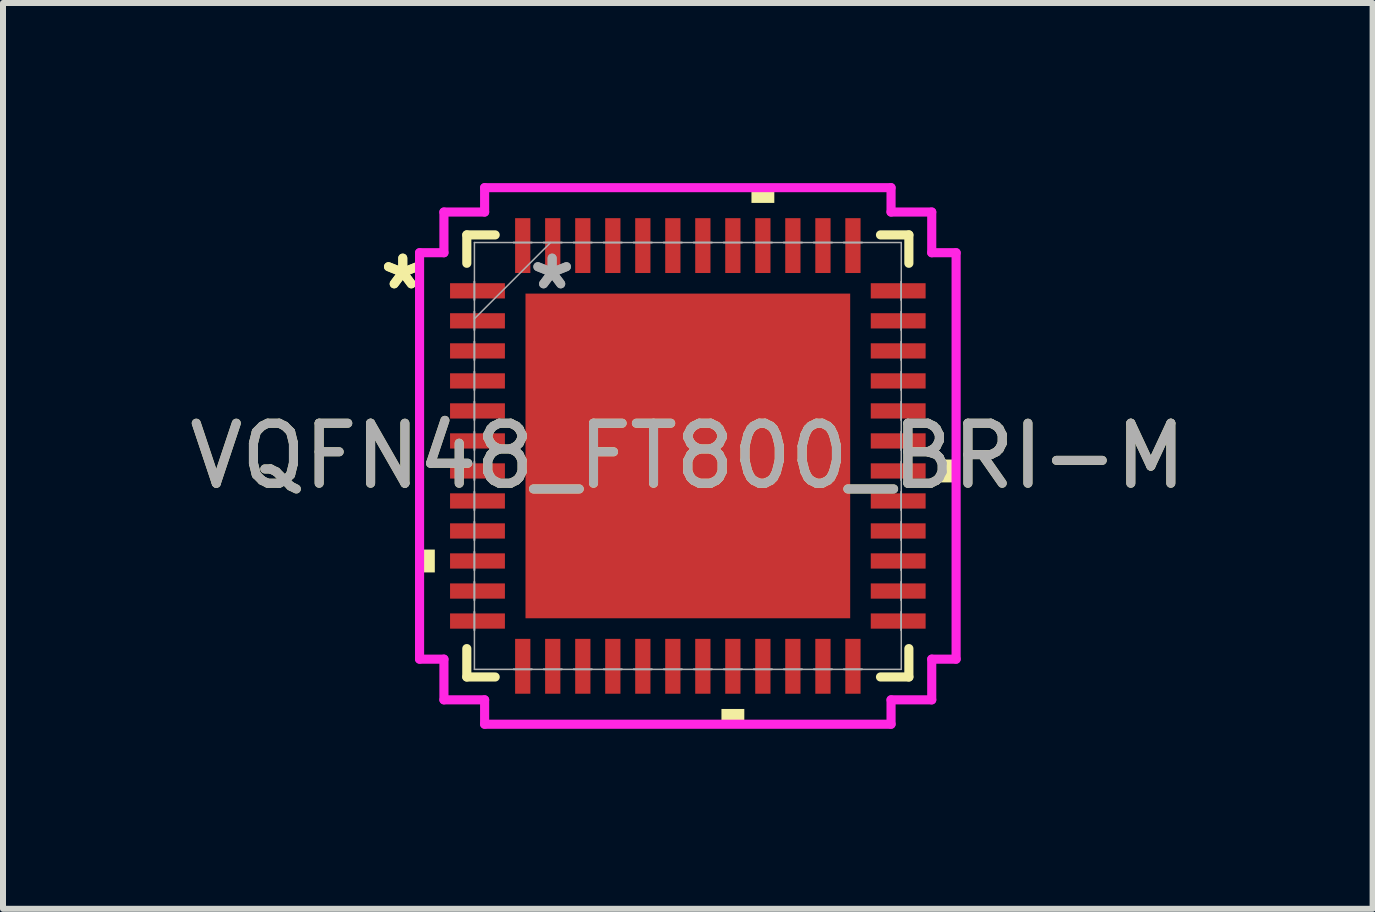
<source format=kicad_pcb>
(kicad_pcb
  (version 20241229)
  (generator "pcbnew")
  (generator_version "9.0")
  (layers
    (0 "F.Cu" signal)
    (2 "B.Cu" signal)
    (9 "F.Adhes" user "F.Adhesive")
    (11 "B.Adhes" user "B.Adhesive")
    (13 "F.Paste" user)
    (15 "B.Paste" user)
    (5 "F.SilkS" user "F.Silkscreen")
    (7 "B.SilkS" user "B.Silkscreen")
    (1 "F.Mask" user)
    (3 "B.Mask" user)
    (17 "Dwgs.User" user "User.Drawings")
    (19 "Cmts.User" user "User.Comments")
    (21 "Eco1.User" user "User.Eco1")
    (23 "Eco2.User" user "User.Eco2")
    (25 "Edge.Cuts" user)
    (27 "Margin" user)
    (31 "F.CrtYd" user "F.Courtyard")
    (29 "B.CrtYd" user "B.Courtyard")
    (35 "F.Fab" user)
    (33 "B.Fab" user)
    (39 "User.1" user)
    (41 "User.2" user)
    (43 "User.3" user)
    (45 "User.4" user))
  (footprint "VQFN48_FT800_BRI-M"
    (layer "F.Cu")
    (at 8.411 4.547)
    (property "Reference" "VQFN48_FT800_BRI-M" (at 0 0 0) (unlocked yes) (layer "F.SilkS") (effects (font (size 1 1) (thickness 0.15))))
    (attr smd)
    (fp_line (start -3.683 -3.683) (end -3.683 -3.21) (stroke (width 0.152) (type solid)) (layer "F.SilkS"))
    (fp_line (start -3.683 3.21) (end -3.683 3.683) (stroke (width 0.152) (type solid)) (layer "F.SilkS"))
    (fp_line (start -3.683 3.683) (end -3.21 3.683) (stroke (width 0.152) (type solid)) (layer "F.SilkS"))
    (fp_line (start -3.21 -3.683) (end -3.683 -3.683) (stroke (width 0.152) (type solid)) (layer "F.SilkS"))
    (fp_line (start 3.21 3.683) (end 3.683 3.683) (stroke (width 0.152) (type solid)) (layer "F.SilkS"))
    (fp_line (start 3.683 -3.683) (end 3.21 -3.683) (stroke (width 0.152) (type solid)) (layer "F.SilkS"))
    (fp_line (start 3.683 -3.21) (end 3.683 -3.683) (stroke (width 0.152) (type solid)) (layer "F.SilkS"))
    (fp_line (start 3.683 3.683) (end 3.683 3.21) (stroke (width 0.152) (type solid)) (layer "F.SilkS"))
    (fp_poly (pts (xy -4.47 1.56) (xy -4.47 1.941) (xy -4.216 1.941) (xy -4.216 1.56)) (stroke (width 0) (type solid)) (fill yes) (layer "F.SilkS"))
    (fp_poly (pts (xy 0.56 4.216) (xy 0.56 4.47) (xy 0.941 4.47) (xy 0.941 4.216)) (stroke (width 0) (type solid)) (fill yes) (layer "F.SilkS"))
    (fp_poly (pts (xy 1.06 -4.216) (xy 1.06 -4.47) (xy 1.441 -4.47) (xy 1.441 -4.216)) (stroke (width 0) (type solid)) (fill yes) (layer "F.SilkS"))
    (fp_poly (pts (xy 4.47 0.06) (xy 4.47 0.441) (xy 4.216 0.441) (xy 4.216 0.06)) (stroke (width 0) (type solid)) (fill yes) (layer "F.SilkS"))
    (fp_line (start -4.47 -3.386) (end -4.064 -3.386) (stroke (width 0.152) (type solid)) (layer "F.CrtYd"))
    (fp_line (start -4.47 3.386) (end -4.47 -3.386) (stroke (width 0.152) (type solid)) (layer "F.CrtYd"))
    (fp_line (start -4.064 -4.064) (end -3.386 -4.064) (stroke (width 0.152) (type solid)) (layer "F.CrtYd"))
    (fp_line (start -4.064 -3.386) (end -4.064 -4.064) (stroke (width 0.152) (type solid)) (layer "F.CrtYd"))
    (fp_line (start -4.064 3.386) (end -4.47 3.386) (stroke (width 0.152) (type solid)) (layer "F.CrtYd"))
    (fp_line (start -4.064 4.064) (end -4.064 3.386) (stroke (width 0.152) (type solid)) (layer "F.CrtYd"))
    (fp_line (start -3.386 -4.47) (end 3.386 -4.47) (stroke (width 0.152) (type solid)) (layer "F.CrtYd"))
    (fp_line (start -3.386 -4.064) (end -3.386 -4.47) (stroke (width 0.152) (type solid)) (layer "F.CrtYd"))
    (fp_line (start -3.386 4.064) (end -4.064 4.064) (stroke (width 0.152) (type solid)) (layer "F.CrtYd"))
    (fp_line (start -3.386 4.47) (end -3.386 4.064) (stroke (width 0.152) (type solid)) (layer "F.CrtYd"))
    (fp_line (start 3.386 -4.47) (end 3.386 -4.064) (stroke (width 0.152) (type solid)) (layer "F.CrtYd"))
    (fp_line (start 3.386 -4.064) (end 4.064 -4.064) (stroke (width 0.152) (type solid)) (layer "F.CrtYd"))
    (fp_line (start 3.386 4.064) (end 3.386 4.47) (stroke (width 0.152) (type solid)) (layer "F.CrtYd"))
    (fp_line (start 3.386 4.47) (end -3.386 4.47) (stroke (width 0.152) (type solid)) (layer "F.CrtYd"))
    (fp_line (start 4.064 -4.064) (end 4.064 -3.386) (stroke (width 0.152) (type solid)) (layer "F.CrtYd"))
    (fp_line (start 4.064 -3.386) (end 4.47 -3.386) (stroke (width 0.152) (type solid)) (layer "F.CrtYd"))
    (fp_line (start 4.064 3.386) (end 4.064 4.064) (stroke (width 0.152) (type solid)) (layer "F.CrtYd"))
    (fp_line (start 4.064 4.064) (end 3.386 4.064) (stroke (width 0.152) (type solid)) (layer "F.CrtYd"))
    (fp_line (start 4.47 -3.386) (end 4.47 3.386) (stroke (width 0.152) (type solid)) (layer "F.CrtYd"))
    (fp_line (start 4.47 3.386) (end 4.064 3.386) (stroke (width 0.152) (type solid)) (layer "F.CrtYd"))
    (fp_line (start -3.556 -3.556) (end -3.556 3.556) (stroke (width 0.025) (type solid)) (layer "F.Fab"))
    (fp_line (start -3.556 -2.903) (end -3.556 -2.903) (stroke (width 0.025) (type solid)) (layer "F.Fab"))
    (fp_line (start -3.556 -2.903) (end -3.556 -2.598) (stroke (width 0.025) (type solid)) (layer "F.Fab"))
    (fp_line (start -3.556 -2.598) (end -3.556 -2.903) (stroke (width 0.025) (type solid)) (layer "F.Fab"))
    (fp_line (start -3.556 -2.598) (end -3.556 -2.598) (stroke (width 0.025) (type solid)) (layer "F.Fab"))
    (fp_line (start -3.556 -2.403) (end -3.556 -2.403) (stroke (width 0.025) (type solid)) (layer "F.Fab"))
    (fp_line (start -3.556 -2.403) (end -3.556 -2.098) (stroke (width 0.025) (type solid)) (layer "F.Fab"))
    (fp_line (start -3.556 -2.286) (end -2.286 -3.556) (stroke (width 0.025) (type solid)) (layer "F.Fab"))
    (fp_line (start -3.556 -2.098) (end -3.556 -2.403) (stroke (width 0.025) (type solid)) (layer "F.Fab"))
    (fp_line (start -3.556 -2.098) (end -3.556 -2.098) (stroke (width 0.025) (type solid)) (layer "F.Fab"))
    (fp_line (start -3.556 -1.903) (end -3.556 -1.903) (stroke (width 0.025) (type solid)) (layer "F.Fab"))
    (fp_line (start -3.556 -1.903) (end -3.556 -1.598) (stroke (width 0.025) (type solid)) (layer "F.Fab"))
    (fp_line (start -3.556 -1.598) (end -3.556 -1.903) (stroke (width 0.025) (type solid)) (layer "F.Fab"))
    (fp_line (start -3.556 -1.598) (end -3.556 -1.598) (stroke (width 0.025) (type solid)) (layer "F.Fab"))
    (fp_line (start -3.556 -1.403) (end -3.556 -1.403) (stroke (width 0.025) (type solid)) (layer "F.Fab"))
    (fp_line (start -3.556 -1.403) (end -3.556 -1.098) (stroke (width 0.025) (type solid)) (layer "F.Fab"))
    (fp_line (start -3.556 -1.098) (end -3.556 -1.403) (stroke (width 0.025) (type solid)) (layer "F.Fab"))
    (fp_line (start -3.556 -1.098) (end -3.556 -1.098) (stroke (width 0.025) (type solid)) (layer "F.Fab"))
    (fp_line (start -3.556 -0.903) (end -3.556 -0.903) (stroke (width 0.025) (type solid)) (layer "F.Fab"))
    (fp_line (start -3.556 -0.903) (end -3.556 -0.598) (stroke (width 0.025) (type solid)) (layer "F.Fab"))
    (fp_line (start -3.556 -0.598) (end -3.556 -0.903) (stroke (width 0.025) (type solid)) (layer "F.Fab"))
    (fp_line (start -3.556 -0.598) (end -3.556 -0.598) (stroke (width 0.025) (type solid)) (layer "F.Fab"))
    (fp_line (start -3.556 -0.402) (end -3.556 -0.402) (stroke (width 0.025) (type solid)) (layer "F.Fab"))
    (fp_line (start -3.556 -0.402) (end -3.556 -0.098) (stroke (width 0.025) (type solid)) (layer "F.Fab"))
    (fp_line (start -3.556 -0.098) (end -3.556 -0.402) (stroke (width 0.025) (type solid)) (layer "F.Fab"))
    (fp_line (start -3.556 -0.098) (end -3.556 -0.098) (stroke (width 0.025) (type solid)) (layer "F.Fab"))
    (fp_line (start -3.556 0.098) (end -3.556 0.098) (stroke (width 0.025) (type solid)) (layer "F.Fab"))
    (fp_line (start -3.556 0.098) (end -3.556 0.402) (stroke (width 0.025) (type solid)) (layer "F.Fab"))
    (fp_line (start -3.556 0.402) (end -3.556 0.098) (stroke (width 0.025) (type solid)) (layer "F.Fab"))
    (fp_line (start -3.556 0.402) (end -3.556 0.402) (stroke (width 0.025) (type solid)) (layer "F.Fab"))
    (fp_line (start -3.556 0.598) (end -3.556 0.598) (stroke (width 0.025) (type solid)) (layer "F.Fab"))
    (fp_line (start -3.556 0.598) (end -3.556 0.903) (stroke (width 0.025) (type solid)) (layer "F.Fab"))
    (fp_line (start -3.556 0.903) (end -3.556 0.598) (stroke (width 0.025) (type solid)) (layer "F.Fab"))
    (fp_line (start -3.556 0.903) (end -3.556 0.903) (stroke (width 0.025) (type solid)) (layer "F.Fab"))
    (fp_line (start -3.556 1.098) (end -3.556 1.098) (stroke (width 0.025) (type solid)) (layer "F.Fab"))
    (fp_line (start -3.556 1.098) (end -3.556 1.403) (stroke (width 0.025) (type solid)) (layer "F.Fab"))
    (fp_line (start -3.556 1.403) (end -3.556 1.098) (stroke (width 0.025) (type solid)) (layer "F.Fab"))
    (fp_line (start -3.556 1.403) (end -3.556 1.403) (stroke (width 0.025) (type solid)) (layer "F.Fab"))
    (fp_line (start -3.556 1.598) (end -3.556 1.598) (stroke (width 0.025) (type solid)) (layer "F.Fab"))
    (fp_line (start -3.556 1.598) (end -3.556 1.903) (stroke (width 0.025) (type solid)) (layer "F.Fab"))
    (fp_line (start -3.556 1.903) (end -3.556 1.598) (stroke (width 0.025) (type solid)) (layer "F.Fab"))
    (fp_line (start -3.556 1.903) (end -3.556 1.903) (stroke (width 0.025) (type solid)) (layer "F.Fab"))
    (fp_line (start -3.556 2.098) (end -3.556 2.098) (stroke (width 0.025) (type solid)) (layer "F.Fab"))
    (fp_line (start -3.556 2.098) (end -3.556 2.403) (stroke (width 0.025) (type solid)) (layer "F.Fab"))
    (fp_line (start -3.556 2.403) (end -3.556 2.098) (stroke (width 0.025) (type solid)) (layer "F.Fab"))
    (fp_line (start -3.556 2.403) (end -3.556 2.403) (stroke (width 0.025) (type solid)) (layer "F.Fab"))
    (fp_line (start -3.556 2.598) (end -3.556 2.598) (stroke (width 0.025) (type solid)) (layer "F.Fab"))
    (fp_line (start -3.556 2.598) (end -3.556 2.903) (stroke (width 0.025) (type solid)) (layer "F.Fab"))
    (fp_line (start -3.556 2.903) (end -3.556 2.598) (stroke (width 0.025) (type solid)) (layer "F.Fab"))
    (fp_line (start -3.556 2.903) (end -3.556 2.903) (stroke (width 0.025) (type solid)) (layer "F.Fab"))
    (fp_line (start -3.556 3.556) (end 3.556 3.556) (stroke (width 0.025) (type solid)) (layer "F.Fab"))
    (fp_line (start -2.903 -3.556) (end -2.903 -3.556) (stroke (width 0.025) (type solid)) (layer "F.Fab"))
    (fp_line (start -2.903 -3.556) (end -2.598 -3.556) (stroke (width 0.025) (type solid)) (layer "F.Fab"))
    (fp_line (start -2.903 3.556) (end -2.903 3.556) (stroke (width 0.025) (type solid)) (layer "F.Fab"))
    (fp_line (start -2.903 3.556) (end -2.598 3.556) (stroke (width 0.025) (type solid)) (layer "F.Fab"))
    (fp_line (start -2.598 -3.556) (end -2.903 -3.556) (stroke (width 0.025) (type solid)) (layer "F.Fab"))
    (fp_line (start -2.598 -3.556) (end -2.598 -3.556) (stroke (width 0.025) (type solid)) (layer "F.Fab"))
    (fp_line (start -2.598 3.556) (end -2.903 3.556) (stroke (width 0.025) (type solid)) (layer "F.Fab"))
    (fp_line (start -2.598 3.556) (end -2.598 3.556) (stroke (width 0.025) (type solid)) (layer "F.Fab"))
    (fp_line (start -2.403 -3.556) (end -2.403 -3.556) (stroke (width 0.025) (type solid)) (layer "F.Fab"))
    (fp_line (start -2.403 -3.556) (end -2.098 -3.556) (stroke (width 0.025) (type solid)) (layer "F.Fab"))
    (fp_line (start -2.403 3.556) (end -2.403 3.556) (stroke (width 0.025) (type solid)) (layer "F.Fab"))
    (fp_line (start -2.403 3.556) (end -2.098 3.556) (stroke (width 0.025) (type solid)) (layer "F.Fab"))
    (fp_line (start -2.098 -3.556) (end -2.403 -3.556) (stroke (width 0.025) (type solid)) (layer "F.Fab"))
    (fp_line (start -2.098 -3.556) (end -2.098 -3.556) (stroke (width 0.025) (type solid)) (layer "F.Fab"))
    (fp_line (start -2.098 3.556) (end -2.403 3.556) (stroke (width 0.025) (type solid)) (layer "F.Fab"))
    (fp_line (start -2.098 3.556) (end -2.098 3.556) (stroke (width 0.025) (type solid)) (layer "F.Fab"))
    (fp_line (start -1.903 -3.556) (end -1.903 -3.556) (stroke (width 0.025) (type solid)) (layer "F.Fab"))
    (fp_line (start -1.903 -3.556) (end -1.598 -3.556) (stroke (width 0.025) (type solid)) (layer "F.Fab"))
    (fp_line (start -1.903 3.556) (end -1.903 3.556) (stroke (width 0.025) (type solid)) (layer "F.Fab"))
    (fp_line (start -1.903 3.556) (end -1.598 3.556) (stroke (width 0.025) (type solid)) (layer "F.Fab"))
    (fp_line (start -1.598 -3.556) (end -1.903 -3.556) (stroke (width 0.025) (type solid)) (layer "F.Fab"))
    (fp_line (start -1.598 -3.556) (end -1.598 -3.556) (stroke (width 0.025) (type solid)) (layer "F.Fab"))
    (fp_line (start -1.598 3.556) (end -1.903 3.556) (stroke (width 0.025) (type solid)) (layer "F.Fab"))
    (fp_line (start -1.598 3.556) (end -1.598 3.556) (stroke (width 0.025) (type solid)) (layer "F.Fab"))
    (fp_line (start -1.403 -3.556) (end -1.403 -3.556) (stroke (width 0.025) (type solid)) (layer "F.Fab"))
    (fp_line (start -1.403 -3.556) (end -1.098 -3.556) (stroke (width 0.025) (type solid)) (layer "F.Fab"))
    (fp_line (start -1.403 3.556) (end -1.403 3.556) (stroke (width 0.025) (type solid)) (layer "F.Fab"))
    (fp_line (start -1.403 3.556) (end -1.098 3.556) (stroke (width 0.025) (type solid)) (layer "F.Fab"))
    (fp_line (start -1.098 -3.556) (end -1.403 -3.556) (stroke (width 0.025) (type solid)) (layer "F.Fab"))
    (fp_line (start -1.098 -3.556) (end -1.098 -3.556) (stroke (width 0.025) (type solid)) (layer "F.Fab"))
    (fp_line (start -1.098 3.556) (end -1.403 3.556) (stroke (width 0.025) (type solid)) (layer "F.Fab"))
    (fp_line (start -1.098 3.556) (end -1.098 3.556) (stroke (width 0.025) (type solid)) (layer "F.Fab"))
    (fp_line (start -0.903 -3.556) (end -0.903 -3.556) (stroke (width 0.025) (type solid)) (layer "F.Fab"))
    (fp_line (start -0.903 -3.556) (end -0.598 -3.556) (stroke (width 0.025) (type solid)) (layer "F.Fab"))
    (fp_line (start -0.903 3.556) (end -0.903 3.556) (stroke (width 0.025) (type solid)) (layer "F.Fab"))
    (fp_line (start -0.903 3.556) (end -0.598 3.556) (stroke (width 0.025) (type solid)) (layer "F.Fab"))
    (fp_line (start -0.598 -3.556) (end -0.903 -3.556) (stroke (width 0.025) (type solid)) (layer "F.Fab"))
    (fp_line (start -0.598 -3.556) (end -0.598 -3.556) (stroke (width 0.025) (type solid)) (layer "F.Fab"))
    (fp_line (start -0.598 3.556) (end -0.903 3.556) (stroke (width 0.025) (type solid)) (layer "F.Fab"))
    (fp_line (start -0.598 3.556) (end -0.598 3.556) (stroke (width 0.025) (type solid)) (layer "F.Fab"))
    (fp_line (start -0.402 -3.556) (end -0.402 -3.556) (stroke (width 0.025) (type solid)) (layer "F.Fab"))
    (fp_line (start -0.402 -3.556) (end -0.098 -3.556) (stroke (width 0.025) (type solid)) (layer "F.Fab"))
    (fp_line (start -0.402 3.556) (end -0.402 3.556) (stroke (width 0.025) (type solid)) (layer "F.Fab"))
    (fp_line (start -0.402 3.556) (end -0.098 3.556) (stroke (width 0.025) (type solid)) (layer "F.Fab"))
    (fp_line (start -0.098 -3.556) (end -0.402 -3.556) (stroke (width 0.025) (type solid)) (layer "F.Fab"))
    (fp_line (start -0.098 -3.556) (end -0.098 -3.556) (stroke (width 0.025) (type solid)) (layer "F.Fab"))
    (fp_line (start -0.098 3.556) (end -0.402 3.556) (stroke (width 0.025) (type solid)) (layer "F.Fab"))
    (fp_line (start -0.098 3.556) (end -0.098 3.556) (stroke (width 0.025) (type solid)) (layer "F.Fab"))
    (fp_line (start 0.098 -3.556) (end 0.098 -3.556) (stroke (width 0.025) (type solid)) (layer "F.Fab"))
    (fp_line (start 0.098 -3.556) (end 0.402 -3.556) (stroke (width 0.025) (type solid)) (layer "F.Fab"))
    (fp_line (start 0.098 3.556) (end 0.098 3.556) (stroke (width 0.025) (type solid)) (layer "F.Fab"))
    (fp_line (start 0.098 3.556) (end 0.402 3.556) (stroke (width 0.025) (type solid)) (layer "F.Fab"))
    (fp_line (start 0.402 -3.556) (end 0.098 -3.556) (stroke (width 0.025) (type solid)) (layer "F.Fab"))
    (fp_line (start 0.402 -3.556) (end 0.402 -3.556) (stroke (width 0.025) (type solid)) (layer "F.Fab"))
    (fp_line (start 0.402 3.556) (end 0.098 3.556) (stroke (width 0.025) (type solid)) (layer "F.Fab"))
    (fp_line (start 0.402 3.556) (end 0.402 3.556) (stroke (width 0.025) (type solid)) (layer "F.Fab"))
    (fp_line (start 0.598 -3.556) (end 0.598 -3.556) (stroke (width 0.025) (type solid)) (layer "F.Fab"))
    (fp_line (start 0.598 -3.556) (end 0.903 -3.556) (stroke (width 0.025) (type solid)) (layer "F.Fab"))
    (fp_line (start 0.598 3.556) (end 0.598 3.556) (stroke (width 0.025) (type solid)) (layer "F.Fab"))
    (fp_line (start 0.598 3.556) (end 0.903 3.556) (stroke (width 0.025) (type solid)) (layer "F.Fab"))
    (fp_line (start 0.903 -3.556) (end 0.598 -3.556) (stroke (width 0.025) (type solid)) (layer "F.Fab"))
    (fp_line (start 0.903 -3.556) (end 0.903 -3.556) (stroke (width 0.025) (type solid)) (layer "F.Fab"))
    (fp_line (start 0.903 3.556) (end 0.598 3.556) (stroke (width 0.025) (type solid)) (layer "F.Fab"))
    (fp_line (start 0.903 3.556) (end 0.903 3.556) (stroke (width 0.025) (type solid)) (layer "F.Fab"))
    (fp_line (start 1.098 -3.556) (end 1.098 -3.556) (stroke (width 0.025) (type solid)) (layer "F.Fab"))
    (fp_line (start 1.098 -3.556) (end 1.403 -3.556) (stroke (width 0.025) (type solid)) (layer "F.Fab"))
    (fp_line (start 1.098 3.556) (end 1.098 3.556) (stroke (width 0.025) (type solid)) (layer "F.Fab"))
    (fp_line (start 1.098 3.556) (end 1.403 3.556) (stroke (width 0.025) (type solid)) (layer "F.Fab"))
    (fp_line (start 1.403 -3.556) (end 1.098 -3.556) (stroke (width 0.025) (type solid)) (layer "F.Fab"))
    (fp_line (start 1.403 -3.556) (end 1.403 -3.556) (stroke (width 0.025) (type solid)) (layer "F.Fab"))
    (fp_line (start 1.403 3.556) (end 1.098 3.556) (stroke (width 0.025) (type solid)) (layer "F.Fab"))
    (fp_line (start 1.403 3.556) (end 1.403 3.556) (stroke (width 0.025) (type solid)) (layer "F.Fab"))
    (fp_line (start 1.598 -3.556) (end 1.598 -3.556) (stroke (width 0.025) (type solid)) (layer "F.Fab"))
    (fp_line (start 1.598 -3.556) (end 1.903 -3.556) (stroke (width 0.025) (type solid)) (layer "F.Fab"))
    (fp_line (start 1.598 3.556) (end 1.598 3.556) (stroke (width 0.025) (type solid)) (layer "F.Fab"))
    (fp_line (start 1.598 3.556) (end 1.903 3.556) (stroke (width 0.025) (type solid)) (layer "F.Fab"))
    (fp_line (start 1.903 -3.556) (end 1.598 -3.556) (stroke (width 0.025) (type solid)) (layer "F.Fab"))
    (fp_line (start 1.903 -3.556) (end 1.903 -3.556) (stroke (width 0.025) (type solid)) (layer "F.Fab"))
    (fp_line (start 1.903 3.556) (end 1.598 3.556) (stroke (width 0.025) (type solid)) (layer "F.Fab"))
    (fp_line (start 1.903 3.556) (end 1.903 3.556) (stroke (width 0.025) (type solid)) (layer "F.Fab"))
    (fp_line (start 2.098 -3.556) (end 2.098 -3.556) (stroke (width 0.025) (type solid)) (layer "F.Fab"))
    (fp_line (start 2.098 -3.556) (end 2.403 -3.556) (stroke (width 0.025) (type solid)) (layer "F.Fab"))
    (fp_line (start 2.098 3.556) (end 2.098 3.556) (stroke (width 0.025) (type solid)) (layer "F.Fab"))
    (fp_line (start 2.098 3.556) (end 2.403 3.556) (stroke (width 0.025) (type solid)) (layer "F.Fab"))
    (fp_line (start 2.403 -3.556) (end 2.098 -3.556) (stroke (width 0.025) (type solid)) (layer "F.Fab"))
    (fp_line (start 2.403 -3.556) (end 2.403 -3.556) (stroke (width 0.025) (type solid)) (layer "F.Fab"))
    (fp_line (start 2.403 3.556) (end 2.098 3.556) (stroke (width 0.025) (type solid)) (layer "F.Fab"))
    (fp_line (start 2.403 3.556) (end 2.403 3.556) (stroke (width 0.025) (type solid)) (layer "F.Fab"))
    (fp_line (start 2.598 -3.556) (end 2.598 -3.556) (stroke (width 0.025) (type solid)) (layer "F.Fab"))
    (fp_line (start 2.598 -3.556) (end 2.903 -3.556) (stroke (width 0.025) (type solid)) (layer "F.Fab"))
    (fp_line (start 2.598 3.556) (end 2.598 3.556) (stroke (width 0.025) (type solid)) (layer "F.Fab"))
    (fp_line (start 2.598 3.556) (end 2.903 3.556) (stroke (width 0.025) (type solid)) (layer "F.Fab"))
    (fp_line (start 2.903 -3.556) (end 2.598 -3.556) (stroke (width 0.025) (type solid)) (layer "F.Fab"))
    (fp_line (start 2.903 -3.556) (end 2.903 -3.556) (stroke (width 0.025) (type solid)) (layer "F.Fab"))
    (fp_line (start 2.903 3.556) (end 2.598 3.556) (stroke (width 0.025) (type solid)) (layer "F.Fab"))
    (fp_line (start 2.903 3.556) (end 2.903 3.556) (stroke (width 0.025) (type solid)) (layer "F.Fab"))
    (fp_line (start 3.556 -3.556) (end -3.556 -3.556) (stroke (width 0.025) (type solid)) (layer "F.Fab"))
    (fp_line (start 3.556 -2.903) (end 3.556 -2.903) (stroke (width 0.025) (type solid)) (layer "F.Fab"))
    (fp_line (start 3.556 -2.903) (end 3.556 -2.598) (stroke (width 0.025) (type solid)) (layer "F.Fab"))
    (fp_line (start 3.556 -2.598) (end 3.556 -2.903) (stroke (width 0.025) (type solid)) (layer "F.Fab"))
    (fp_line (start 3.556 -2.598) (end 3.556 -2.598) (stroke (width 0.025) (type solid)) (layer "F.Fab"))
    (fp_line (start 3.556 -2.403) (end 3.556 -2.403) (stroke (width 0.025) (type solid)) (layer "F.Fab"))
    (fp_line (start 3.556 -2.403) (end 3.556 -2.098) (stroke (width 0.025) (type solid)) (layer "F.Fab"))
    (fp_line (start 3.556 -2.098) (end 3.556 -2.403) (stroke (width 0.025) (type solid)) (layer "F.Fab"))
    (fp_line (start 3.556 -2.098) (end 3.556 -2.098) (stroke (width 0.025) (type solid)) (layer "F.Fab"))
    (fp_line (start 3.556 -1.903) (end 3.556 -1.903) (stroke (width 0.025) (type solid)) (layer "F.Fab"))
    (fp_line (start 3.556 -1.903) (end 3.556 -1.598) (stroke (width 0.025) (type solid)) (layer "F.Fab"))
    (fp_line (start 3.556 -1.598) (end 3.556 -1.903) (stroke (width 0.025) (type solid)) (layer "F.Fab"))
    (fp_line (start 3.556 -1.598) (end 3.556 -1.598) (stroke (width 0.025) (type solid)) (layer "F.Fab"))
    (fp_line (start 3.556 -1.403) (end 3.556 -1.403) (stroke (width 0.025) (type solid)) (layer "F.Fab"))
    (fp_line (start 3.556 -1.403) (end 3.556 -1.098) (stroke (width 0.025) (type solid)) (layer "F.Fab"))
    (fp_line (start 3.556 -1.098) (end 3.556 -1.403) (stroke (width 0.025) (type solid)) (layer "F.Fab"))
    (fp_line (start 3.556 -1.098) (end 3.556 -1.098) (stroke (width 0.025) (type solid)) (layer "F.Fab"))
    (fp_line (start 3.556 -0.903) (end 3.556 -0.903) (stroke (width 0.025) (type solid)) (layer "F.Fab"))
    (fp_line (start 3.556 -0.903) (end 3.556 -0.598) (stroke (width 0.025) (type solid)) (layer "F.Fab"))
    (fp_line (start 3.556 -0.598) (end 3.556 -0.903) (stroke (width 0.025) (type solid)) (layer "F.Fab"))
    (fp_line (start 3.556 -0.598) (end 3.556 -0.598) (stroke (width 0.025) (type solid)) (layer "F.Fab"))
    (fp_line (start 3.556 -0.402) (end 3.556 -0.402) (stroke (width 0.025) (type solid)) (layer "F.Fab"))
    (fp_line (start 3.556 -0.402) (end 3.556 -0.098) (stroke (width 0.025) (type solid)) (layer "F.Fab"))
    (fp_line (start 3.556 -0.098) (end 3.556 -0.402) (stroke (width 0.025) (type solid)) (layer "F.Fab"))
    (fp_line (start 3.556 -0.098) (end 3.556 -0.098) (stroke (width 0.025) (type solid)) (layer "F.Fab"))
    (fp_line (start 3.556 0.098) (end 3.556 0.098) (stroke (width 0.025) (type solid)) (layer "F.Fab"))
    (fp_line (start 3.556 0.098) (end 3.556 0.402) (stroke (width 0.025) (type solid)) (layer "F.Fab"))
    (fp_line (start 3.556 0.402) (end 3.556 0.098) (stroke (width 0.025) (type solid)) (layer "F.Fab"))
    (fp_line (start 3.556 0.402) (end 3.556 0.402) (stroke (width 0.025) (type solid)) (layer "F.Fab"))
    (fp_line (start 3.556 0.598) (end 3.556 0.598) (stroke (width 0.025) (type solid)) (layer "F.Fab"))
    (fp_line (start 3.556 0.598) (end 3.556 0.903) (stroke (width 0.025) (type solid)) (layer "F.Fab"))
    (fp_line (start 3.556 0.903) (end 3.556 0.598) (stroke (width 0.025) (type solid)) (layer "F.Fab"))
    (fp_line (start 3.556 0.903) (end 3.556 0.903) (stroke (width 0.025) (type solid)) (layer "F.Fab"))
    (fp_line (start 3.556 1.098) (end 3.556 1.098) (stroke (width 0.025) (type solid)) (layer "F.Fab"))
    (fp_line (start 3.556 1.098) (end 3.556 1.403) (stroke (width 0.025) (type solid)) (layer "F.Fab"))
    (fp_line (start 3.556 1.403) (end 3.556 1.098) (stroke (width 0.025) (type solid)) (layer "F.Fab"))
    (fp_line (start 3.556 1.403) (end 3.556 1.403) (stroke (width 0.025) (type solid)) (layer "F.Fab"))
    (fp_line (start 3.556 1.598) (end 3.556 1.598) (stroke (width 0.025) (type solid)) (layer "F.Fab"))
    (fp_line (start 3.556 1.598) (end 3.556 1.903) (stroke (width 0.025) (type solid)) (layer "F.Fab"))
    (fp_line (start 3.556 1.903) (end 3.556 1.598) (stroke (width 0.025) (type solid)) (layer "F.Fab"))
    (fp_line (start 3.556 1.903) (end 3.556 1.903) (stroke (width 0.025) (type solid)) (layer "F.Fab"))
    (fp_line (start 3.556 2.098) (end 3.556 2.098) (stroke (width 0.025) (type solid)) (layer "F.Fab"))
    (fp_line (start 3.556 2.098) (end 3.556 2.403) (stroke (width 0.025) (type solid)) (layer "F.Fab"))
    (fp_line (start 3.556 2.403) (end 3.556 2.098) (stroke (width 0.025) (type solid)) (layer "F.Fab"))
    (fp_line (start 3.556 2.403) (end 3.556 2.403) (stroke (width 0.025) (type solid)) (layer "F.Fab"))
    (fp_line (start 3.556 2.598) (end 3.556 2.598) (stroke (width 0.025) (type solid)) (layer "F.Fab"))
    (fp_line (start 3.556 2.598) (end 3.556 2.903) (stroke (width 0.025) (type solid)) (layer "F.Fab"))
    (fp_line (start 3.556 2.903) (end 3.556 2.598) (stroke (width 0.025) (type solid)) (layer "F.Fab"))
    (fp_line (start 3.556 2.903) (end 3.556 2.903) (stroke (width 0.025) (type solid)) (layer "F.Fab"))
    (fp_line (start 3.556 3.556) (end 3.556 -3.556) (stroke (width 0.025) (type solid)) (layer "F.Fab"))
    (fp_text user "*" (at -4.75 -2.751 0) (unlocked yes) (layer "F.SilkS") (effects (font (size 1 1) (thickness 0.15))))
    (fp_text user "*" (at -4.75 -2.751 0) (layer "F.SilkS") (effects (font (size 1 1) (thickness 0.15))))
    (fp_text user "*" (at -2.261 -2.751 0) (layer "F.Fab") (effects (font (size 1 1) (thickness 0.15))))
    (fp_text user "${REFERENCE}" (at 0 0 0) (unlocked yes) (layer "F.Fab") (effects (font (size 1 1) (thickness 0.15))))
    (fp_text user "*" (at -2.261 -2.751 0) (unlocked yes) (layer "F.Fab") (effects (font (size 1 1) (thickness 0.15))))
    (pad "1" smd rect (at -3.505 -2.751 90) (size 0.254 0.914) (layers "F.Cu" "F.Mask" "F.Paste"))
    (pad "2" smd rect (at -3.505 -2.251 90) (size 0.254 0.914) (layers "F.Cu" "F.Mask" "F.Paste"))
    (pad "3" smd rect (at -3.505 -1.75 90) (size 0.254 0.914) (layers "F.Cu" "F.Mask" "F.Paste"))
    (pad "4" smd rect (at -3.505 -1.25 90) (size 0.254 0.914) (layers "F.Cu" "F.Mask" "F.Paste"))
    (pad "5" smd rect (at -3.505 -0.75 90) (size 0.254 0.914) (layers "F.Cu" "F.Mask" "F.Paste"))
    (pad "6" smd rect (at -3.505 -0.25 90) (size 0.254 0.914) (layers "F.Cu" "F.Mask" "F.Paste"))
    (pad "7" smd rect (at -3.505 0.25 90) (size 0.254 0.914) (layers "F.Cu" "F.Mask" "F.Paste"))
    (pad "8" smd rect (at -3.505 0.75 90) (size 0.254 0.914) (layers "F.Cu" "F.Mask" "F.Paste"))
    (pad "9" smd rect (at -3.505 1.25 90) (size 0.254 0.914) (layers "F.Cu" "F.Mask" "F.Paste"))
    (pad "10" smd rect (at -3.505 1.75 90) (size 0.254 0.914) (layers "F.Cu" "F.Mask" "F.Paste"))
    (pad "11" smd rect (at -3.505 2.251 90) (size 0.254 0.914) (layers "F.Cu" "F.Mask" "F.Paste"))
    (pad "12" smd rect (at -3.505 2.751 90) (size 0.254 0.914) (layers "F.Cu" "F.Mask" "F.Paste"))
    (pad "13" smd rect (at -2.751 3.505) (size 0.254 0.914) (layers "F.Cu" "F.Mask" "F.Paste"))
    (pad "14" smd rect (at -2.251 3.505) (size 0.254 0.914) (layers "F.Cu" "F.Mask" "F.Paste"))
    (pad "15" smd rect (at -1.75 3.505) (size 0.254 0.914) (layers "F.Cu" "F.Mask" "F.Paste"))
    (pad "16" smd rect (at -1.25 3.505) (size 0.254 0.914) (layers "F.Cu" "F.Mask" "F.Paste"))
    (pad "17" smd rect (at -0.75 3.505) (size 0.254 0.914) (layers "F.Cu" "F.Mask" "F.Paste"))
    (pad "18" smd rect (at -0.25 3.505) (size 0.254 0.914) (layers "F.Cu" "F.Mask" "F.Paste"))
    (pad "19" smd rect (at 0.25 3.505) (size 0.254 0.914) (layers "F.Cu" "F.Mask" "F.Paste"))
    (pad "20" smd rect (at 0.75 3.505) (size 0.254 0.914) (layers "F.Cu" "F.Mask" "F.Paste"))
    (pad "21" smd rect (at 1.25 3.505) (size 0.254 0.914) (layers "F.Cu" "F.Mask" "F.Paste"))
    (pad "22" smd rect (at 1.75 3.505) (size 0.254 0.914) (layers "F.Cu" "F.Mask" "F.Paste"))
    (pad "23" smd rect (at 2.251 3.505) (size 0.254 0.914) (layers "F.Cu" "F.Mask" "F.Paste"))
    (pad "24" smd rect (at 2.751 3.505) (size 0.254 0.914) (layers "F.Cu" "F.Mask" "F.Paste"))
    (pad "25" smd rect (at 3.505 2.751 90) (size 0.254 0.914) (layers "F.Cu" "F.Mask" "F.Paste"))
    (pad "26" smd rect (at 3.505 2.251 90) (size 0.254 0.914) (layers "F.Cu" "F.Mask" "F.Paste"))
    (pad "27" smd rect (at 3.505 1.75 90) (size 0.254 0.914) (layers "F.Cu" "F.Mask" "F.Paste"))
    (pad "28" smd rect (at 3.505 1.25 90) (size 0.254 0.914) (layers "F.Cu" "F.Mask" "F.Paste"))
    (pad "29" smd rect (at 3.505 0.75 90) (size 0.254 0.914) (layers "F.Cu" "F.Mask" "F.Paste"))
    (pad "30" smd rect (at 3.505 0.25 90) (size 0.254 0.914) (layers "F.Cu" "F.Mask" "F.Paste"))
    (pad "31" smd rect (at 3.505 -0.25 90) (size 0.254 0.914) (layers "F.Cu" "F.Mask" "F.Paste"))
    (pad "32" smd rect (at 3.505 -0.75 90) (size 0.254 0.914) (layers "F.Cu" "F.Mask" "F.Paste"))
    (pad "33" smd rect (at 3.505 -1.25 90) (size 0.254 0.914) (layers "F.Cu" "F.Mask" "F.Paste"))
    (pad "34" smd rect (at 3.505 -1.75 90) (size 0.254 0.914) (layers "F.Cu" "F.Mask" "F.Paste"))
    (pad "35" smd rect (at 3.505 -2.251 90) (size 0.254 0.914) (layers "F.Cu" "F.Mask" "F.Paste"))
    (pad "36" smd rect (at 3.505 -2.751 90) (size 0.254 0.914) (layers "F.Cu" "F.Mask" "F.Paste"))
    (pad "37" smd rect (at 2.751 -3.505) (size 0.254 0.914) (layers "F.Cu" "F.Mask" "F.Paste"))
    (pad "38" smd rect (at 2.251 -3.505) (size 0.254 0.914) (layers "F.Cu" "F.Mask" "F.Paste"))
    (pad "39" smd rect (at 1.75 -3.505) (size 0.254 0.914) (layers "F.Cu" "F.Mask" "F.Paste"))
    (pad "40" smd rect (at 1.25 -3.505) (size 0.254 0.914) (layers "F.Cu" "F.Mask" "F.Paste"))
    (pad "41" smd rect (at 0.75 -3.505) (size 0.254 0.914) (layers "F.Cu" "F.Mask" "F.Paste"))
    (pad "42" smd rect (at 0.25 -3.505) (size 0.254 0.914) (layers "F.Cu" "F.Mask" "F.Paste"))
    (pad "43" smd rect (at -0.25 -3.505) (size 0.254 0.914) (layers "F.Cu" "F.Mask" "F.Paste"))
    (pad "44" smd rect (at -0.75 -3.505) (size 0.254 0.914) (layers "F.Cu" "F.Mask" "F.Paste"))
    (pad "45" smd rect (at -1.25 -3.505) (size 0.254 0.914) (layers "F.Cu" "F.Mask" "F.Paste"))
    (pad "46" smd rect (at -1.75 -3.505) (size 0.254 0.914) (layers "F.Cu" "F.Mask" "F.Paste"))
    (pad "47" smd rect (at -2.251 -3.505) (size 0.254 0.914) (layers "F.Cu" "F.Mask" "F.Paste"))
    (pad "48" smd rect (at -2.751 -3.505) (size 0.254 0.914) (layers "F.Cu" "F.Mask" "F.Paste"))
    (pad "49" smd rect (at 0 0) (size 5.41 5.41) (layers "F.Cu" "F.Mask" "F.Paste")))
  (gr_rect
    (start -3 -3)
    (end 19.821 12.093)
    (stroke (width 0.1) (type default))
    (fill no)
    (layer "Edge.Cuts")))
</source>
